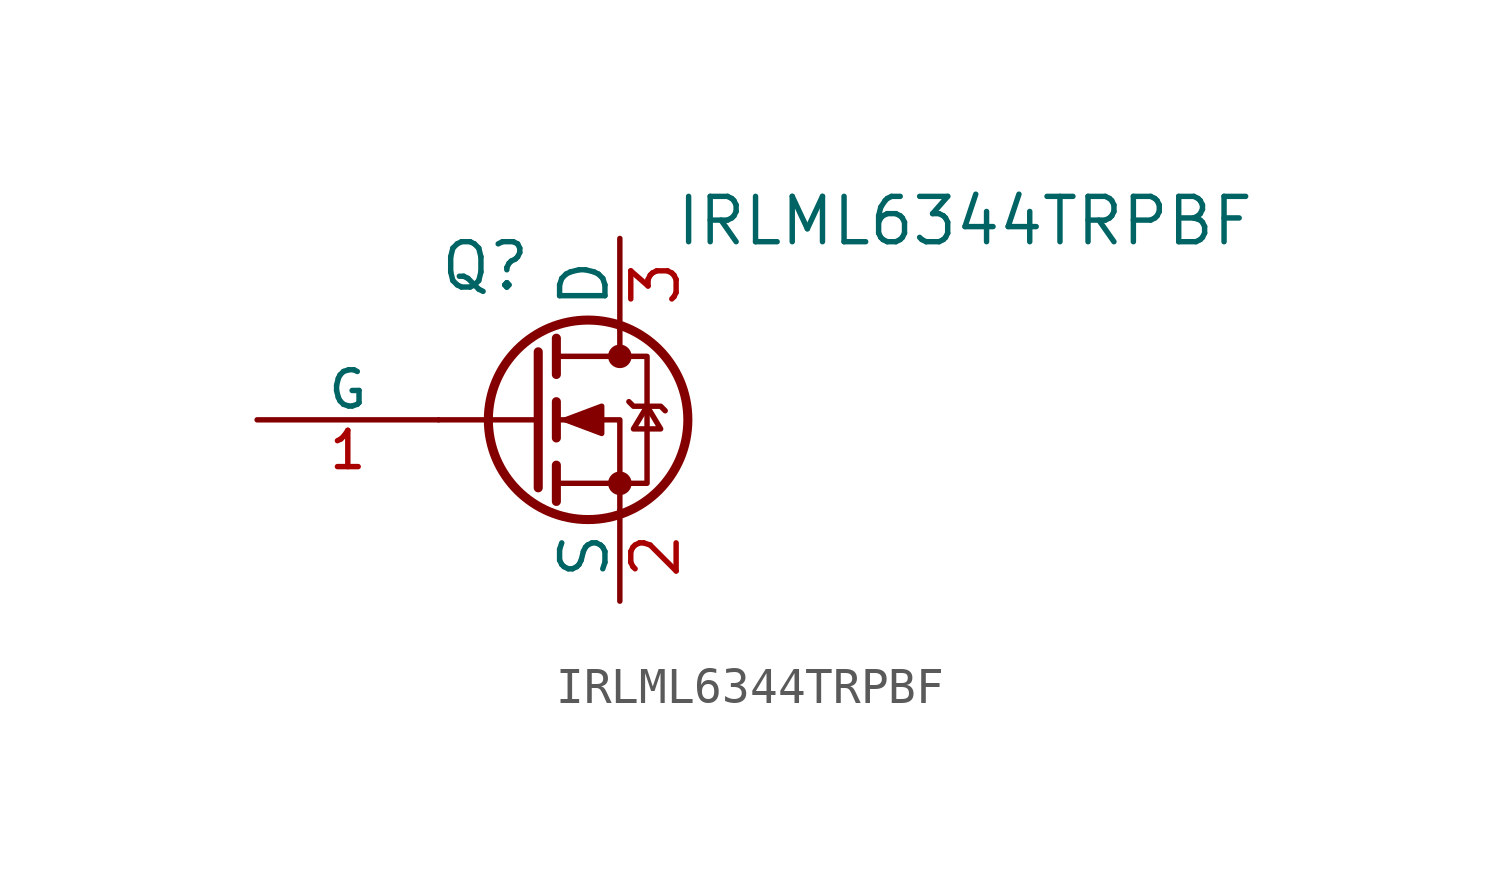
<source format=kicad_sym>
(kicad_symbol_lib
  (version 20231120)
  (generator "kicad_symbol_editor")
  (generator_version "8.0")
  (symbol "IRLML6344TRPBF"
    (pin_names
      (offset 0))
    (property "Reference" "Q"
      (at -3.81 3.556 0)
      (effects (font (size 1.27 1.27)) (justify left bottom)))
    (property "Value" "IRLML6344TRPBF"
      (at 2.794 4.826 0)
      (effects (font (size 1.27 1.27)) (justify left bottom)))
    (symbol "IRLML6344TRPBF_0_1"
      (polyline (pts (xy -1.016 0) (xy -3.81 0)) (stroke (width 0) (type default)) (fill (type none)))
      (polyline (pts (xy -1.016 1.905) (xy -1.016 -1.905)) (stroke (width 0.254) (type default)) (fill (type none)))
      (polyline (pts (xy -0.508 -1.27) (xy -0.508 -2.286)) (stroke (width 0.254) (type default)) (fill (type none)))
      (polyline (pts (xy -0.508 0.508) (xy -0.508 -0.508)) (stroke (width 0.254) (type default)) (fill (type none)))
      (polyline (pts (xy -0.508 2.286) (xy -0.508 1.27)) (stroke (width 0.254) (type default)) (fill (type none)))
      (polyline (pts (xy 1.27 2.54) (xy 1.27 1.778)) (stroke (width 0) (type default)) (fill (type none)))
      (polyline (pts (xy 1.27 -2.54) (xy 1.27 0) (xy -0.508 0)) (stroke (width 0) (type default)) (fill (type none)))
      (polyline (pts (xy -0.508 -1.778) (xy 2.032 -1.778) (xy 2.032 1.778) (xy -0.508 1.778)) (stroke (width 0) (type default)) (fill (type none)))
      (polyline (pts (xy -0.254 0) (xy 0.762 0.381) (xy 0.762 -0.381) (xy -0.254 0)) (stroke (width 0) (type default)) (fill (type outline)))
      (polyline (pts (xy 1.524 0.508) (xy 1.651 0.381) (xy 2.413 0.381) (xy 2.54 0.254)) (stroke (width 0) (type default)) (fill (type none)))
      (polyline (pts (xy 2.032 0.381) (xy 1.651 -0.254) (xy 2.413 -0.254) (xy 2.032 0.381)) (stroke (width 0) (type default)) (fill (type none)))
      (circle (center 0.381 0) (radius 2.794) (stroke (width 0.254) (type default)) (fill (type none)))
      (circle (center 1.27 -1.778) (radius 0.254) (stroke (width 0) (type default)) (fill (type outline)))
      (circle (center 1.27 1.778) (radius 0.254) (stroke (width 0) (type default)) (fill (type outline))))
    (symbol "IRLML6344TRPBF_1_0"
      (pin input line (at -8.89 0 0) (length 5.08) (name "G" (effects (font (size 1.016 1.016)))) (number "1" (effects (font (size 1.016 1.016))))))
    (symbol "IRLML6344TRPBF_1_1"
      (pin passive line (at 1.27 -5.08 90) (length 2.54) (name "S" (effects (font (size 1.27 1.27)))) (number "2" (effects (font (size 1.27 1.27)))))
      (pin passive line (at 1.27 5.08 270) (length 2.54) (name "D" (effects (font (size 1.27 1.27)))) (number "3" (effects (font (size 1.27 1.27))))))))
</source>
